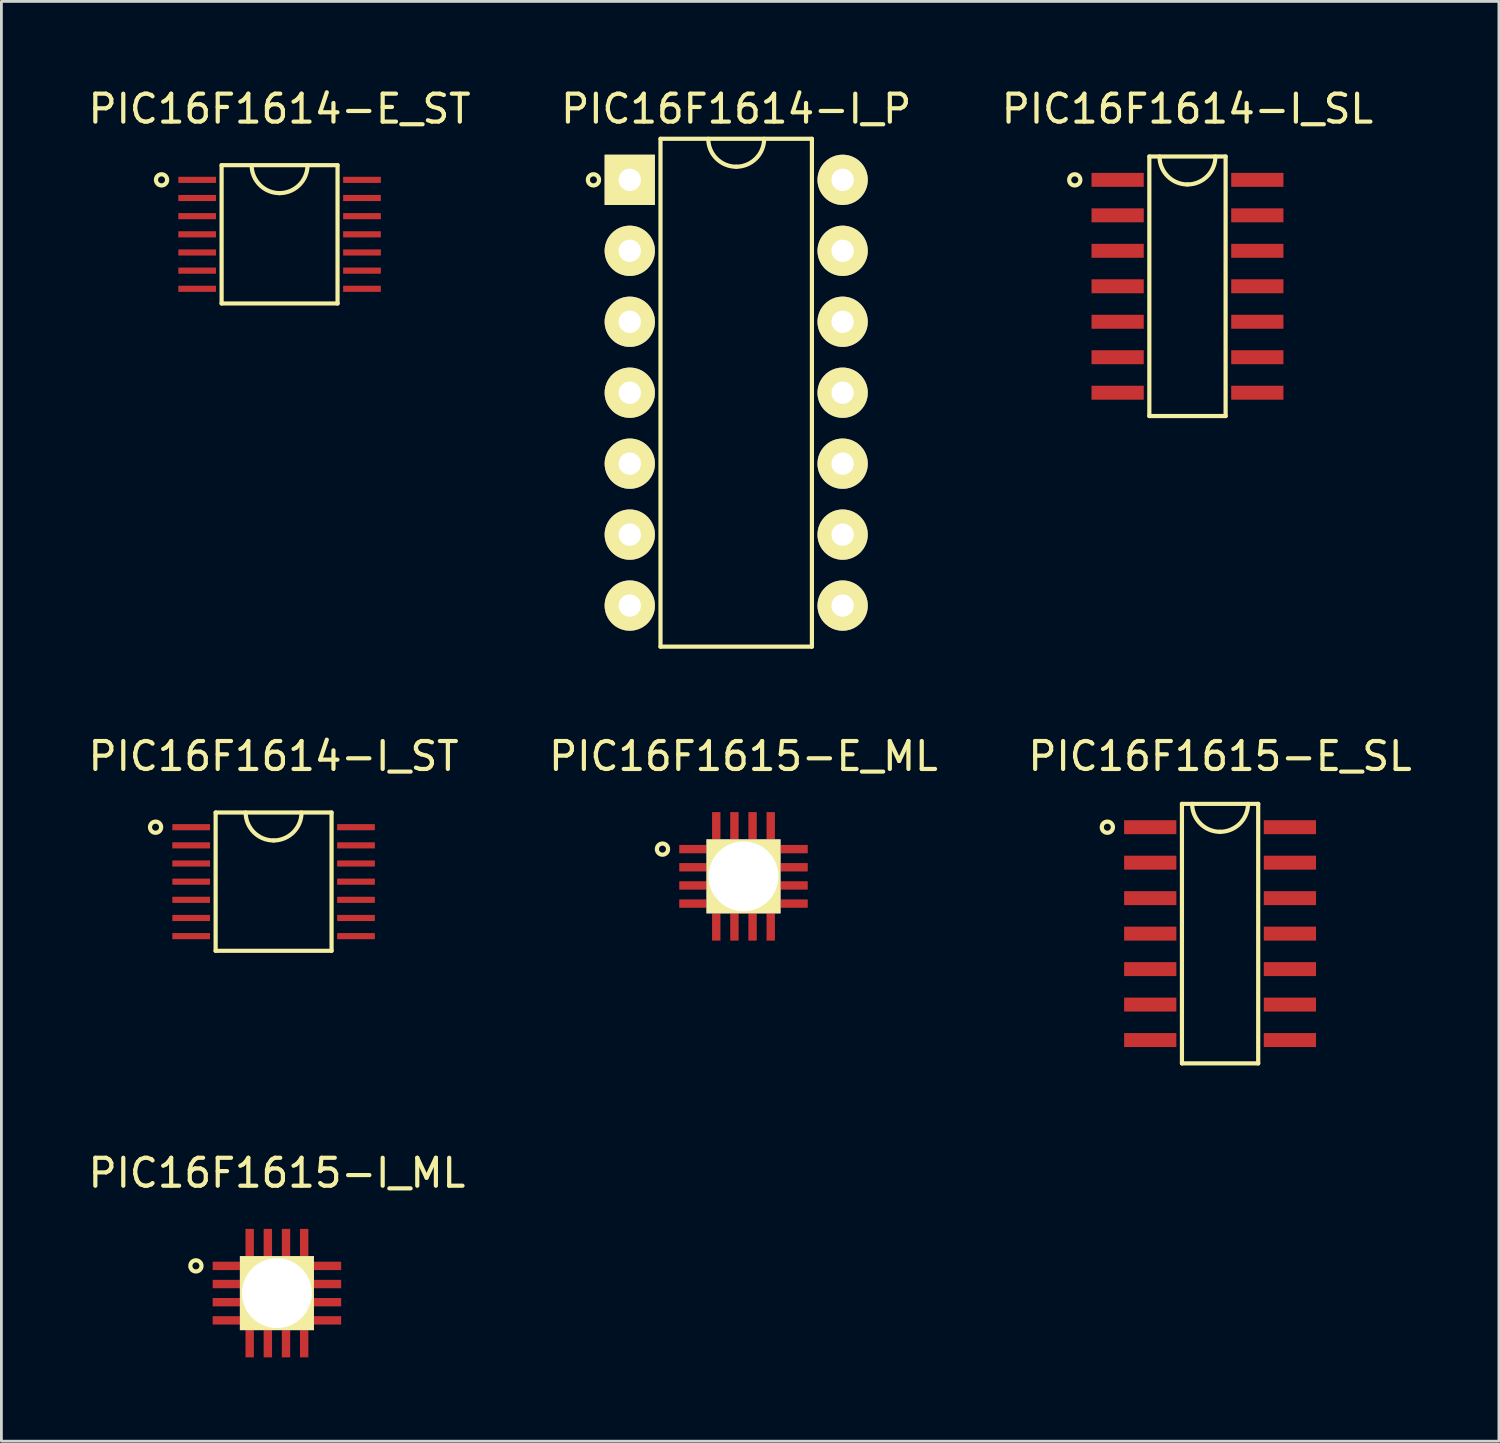
<source format=kicad_pcb>
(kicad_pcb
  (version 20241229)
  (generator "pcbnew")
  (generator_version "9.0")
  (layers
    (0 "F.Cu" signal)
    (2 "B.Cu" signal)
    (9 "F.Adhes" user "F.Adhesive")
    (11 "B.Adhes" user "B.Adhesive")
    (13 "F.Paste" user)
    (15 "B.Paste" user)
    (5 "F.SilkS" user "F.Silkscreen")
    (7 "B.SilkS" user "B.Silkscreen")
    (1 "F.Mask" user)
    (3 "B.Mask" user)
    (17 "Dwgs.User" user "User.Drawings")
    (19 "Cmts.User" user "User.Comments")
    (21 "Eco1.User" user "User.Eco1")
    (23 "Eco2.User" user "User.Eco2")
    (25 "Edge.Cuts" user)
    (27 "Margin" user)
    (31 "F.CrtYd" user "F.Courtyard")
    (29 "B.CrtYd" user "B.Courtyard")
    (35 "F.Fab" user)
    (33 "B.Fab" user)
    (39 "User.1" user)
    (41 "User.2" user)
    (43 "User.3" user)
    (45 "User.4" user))
  (footprint "PIC16F1615-I_ML"
    (layer "F.Cu")
    (at 5.063 41.44)
    (property "Reference" "PIC16F1615-I_ML" (at 1.8 -2.5 0) (layer "F.SilkS") (effects (font (size 1 1) (thickness 0.15))))
    (attr through_hole)
    (fp_line (start 0.7 0.7) (end 0.7 2.9) (stroke (width 0.15) (type solid)) (layer "F.SilkS"))
    (fp_line (start 0.7 0.7) (end 2.9 0.7) (stroke (width 0.15) (type solid)) (layer "F.SilkS"))
    (fp_line (start 0.7 2.9) (end 2.9 2.9) (stroke (width 0.15) (type solid)) (layer "F.SilkS"))
    (fp_line (start 2.9 2.9) (end 2.9 0.7) (stroke (width 0.15) (type solid)) (layer "F.SilkS"))
    (fp_circle (center -1.1 0.825) (end -1.1 0.625) (stroke (width 0.15) (type solid)) (fill no) (layer "F.SilkS"))
    (fp_circle (center 1.7 1.7) (end 1.7 1.2) (stroke (width 0.15) (type solid)) (fill no) (layer "F.SilkS"))
    (pad "1" smd rect (at 0 0.825) (size 1 0.3) (layers "F.Cu" "F.Mask" "F.Paste"))
    (pad "2" smd rect (at 0 1.475) (size 1 0.3) (layers "F.Cu" "F.Mask" "F.Paste"))
    (pad "3" smd rect (at 0 2.125) (size 1 0.3) (layers "F.Cu" "F.Mask" "F.Paste"))
    (pad "4" smd rect (at 0 2.775) (size 1 0.3) (layers "F.Cu" "F.Mask" "F.Paste"))
    (pad "5" smd rect (at 0.825 3.6) (size 0.3 1) (layers "F.Cu" "F.Mask" "F.Paste"))
    (pad "6" smd rect (at 1.475 3.6) (size 0.3 1) (layers "F.Cu" "F.Mask" "F.Paste"))
    (pad "7" smd rect (at 2.125 3.6) (size 0.3 1) (layers "F.Cu" "F.Mask" "F.Paste"))
    (pad "8" smd rect (at 2.775 3.6) (size 0.3 1) (layers "F.Cu" "F.Mask" "F.Paste"))
    (pad "9" smd rect (at 3.6 2.775) (size 1 0.3) (layers "F.Cu" "F.Mask" "F.Paste"))
    (pad "10" smd rect (at 3.6 2.125) (size 1 0.3) (layers "F.Cu" "F.Mask" "F.Paste"))
    (pad "11" smd rect (at 3.6 1.475) (size 1 0.3) (layers "F.Cu" "F.Mask" "F.Paste"))
    (pad "12" smd rect (at 3.6 0.825) (size 1 0.3) (layers "F.Cu" "F.Mask" "F.Paste"))
    (pad "13" smd rect (at 2.775 0) (size 0.3 1) (layers "F.Cu" "F.Mask" "F.Paste"))
    (pad "14" smd rect (at 2.125 0) (size 0.3 1) (layers "F.Cu" "F.Mask" "F.Paste"))
    (pad "15" smd rect (at 1.475 0) (size 0.3 1) (layers "F.Cu" "F.Mask" "F.Paste"))
    (pad "16" smd rect (at 0.825 0) (size 0.3 1) (layers "F.Cu" "F.Mask" "F.Paste"))
    (pad "999" thru_hole rect (at 1.8 1.8) (size 2.65 2.65) (drill 2.5) (layers "*.Cu" "*.Mask" "F.SilkS")))
  (footprint "PIC16F1614-I_ST"
    (layer "F.Cu")
    (at 3.794 26.561)
    (property "Reference" "PIC16F1614-I_ST" (at 2.95 -2.54 0) (layer "F.SilkS") (effects (font (size 1 1) (thickness 0.15))))
    (attr through_hole)
    (fp_line (start 0.875 -0.525) (end 5.025 -0.525) (stroke (width 0.15) (type solid)) (layer "F.SilkS"))
    (fp_line (start 0.875 4.425) (end 0.875 -0.525) (stroke (width 0.15) (type solid)) (layer "F.SilkS"))
    (fp_line (start 5.025 -0.525) (end 5.025 4.425) (stroke (width 0.15) (type solid)) (layer "F.SilkS"))
    (fp_line (start 5.025 4.425) (end 0.875 4.425) (stroke (width 0.15) (type solid)) (layer "F.SilkS"))
    (fp_arc (start 2.95 0.475) (mid 2.242893 0.182107) (end 1.95 -0.525) (stroke (width 0.15) (type solid)) (layer "F.SilkS"))
    (fp_arc (start 3.95 -0.525) (mid 3.657107 0.182107) (end 2.95 0.475) (stroke (width 0.15) (type solid)) (layer "F.SilkS"))
    (fp_circle (center -1.275 0) (end -1.275 0.2) (stroke (width 0.15) (type solid)) (fill no) (layer "F.SilkS"))
    (pad "1" smd rect (at 0 0) (size 1.35 0.22) (layers "F.Cu" "F.Mask" "F.Paste"))
    (pad "2" smd rect (at 0 0.65) (size 1.35 0.22) (layers "F.Cu" "F.Mask" "F.Paste"))
    (pad "3" smd rect (at 0 1.3) (size 1.35 0.22) (layers "F.Cu" "F.Mask" "F.Paste"))
    (pad "4" smd rect (at 0 1.95) (size 1.35 0.22) (layers "F.Cu" "F.Mask" "F.Paste"))
    (pad "5" smd rect (at 0 2.6) (size 1.35 0.22) (layers "F.Cu" "F.Mask" "F.Paste"))
    (pad "6" smd rect (at 0 3.25) (size 1.35 0.22) (layers "F.Cu" "F.Mask" "F.Paste"))
    (pad "7" smd rect (at 0 3.9) (size 1.35 0.22) (layers "F.Cu" "F.Mask" "F.Paste"))
    (pad "8" smd rect (at 5.9 3.9) (size 1.35 0.22) (layers "F.Cu" "F.Mask" "F.Paste"))
    (pad "9" smd rect (at 5.9 3.25) (size 1.35 0.22) (layers "F.Cu" "F.Mask" "F.Paste"))
    (pad "10" smd rect (at 5.9 2.6) (size 1.35 0.22) (layers "F.Cu" "F.Mask" "F.Paste"))
    (pad "11" smd rect (at 5.9 1.95) (size 1.35 0.22) (layers "F.Cu" "F.Mask" "F.Paste"))
    (pad "12" smd rect (at 5.9 1.3) (size 1.35 0.22) (layers "F.Cu" "F.Mask" "F.Paste"))
    (pad "13" smd rect (at 5.9 0.65) (size 1.35 0.22) (layers "F.Cu" "F.Mask" "F.Paste"))
    (pad "14" smd rect (at 5.9 0) (size 1.35 0.22) (layers "F.Cu" "F.Mask" "F.Paste")))
  (footprint "PIC16F1615-E_ML"
    (layer "F.Cu")
    (at 21.765 26.521)
    (property "Reference" "PIC16F1615-E_ML" (at 1.8 -2.5 0) (layer "F.SilkS") (effects (font (size 1 1) (thickness 0.15))))
    (attr through_hole)
    (fp_line (start 0.7 0.7) (end 0.7 2.9) (stroke (width 0.15) (type solid)) (layer "F.SilkS"))
    (fp_line (start 0.7 0.7) (end 2.9 0.7) (stroke (width 0.15) (type solid)) (layer "F.SilkS"))
    (fp_line (start 0.7 2.9) (end 2.9 2.9) (stroke (width 0.15) (type solid)) (layer "F.SilkS"))
    (fp_line (start 2.9 2.9) (end 2.9 0.7) (stroke (width 0.15) (type solid)) (layer "F.SilkS"))
    (fp_circle (center -1.1 0.825) (end -1.1 0.625) (stroke (width 0.15) (type solid)) (fill no) (layer "F.SilkS"))
    (fp_circle (center 1.7 1.7) (end 1.7 1.2) (stroke (width 0.15) (type solid)) (fill no) (layer "F.SilkS"))
    (pad "1" smd rect (at 0 0.825) (size 1 0.3) (layers "F.Cu" "F.Mask" "F.Paste"))
    (pad "2" smd rect (at 0 1.475) (size 1 0.3) (layers "F.Cu" "F.Mask" "F.Paste"))
    (pad "3" smd rect (at 0 2.125) (size 1 0.3) (layers "F.Cu" "F.Mask" "F.Paste"))
    (pad "4" smd rect (at 0 2.775) (size 1 0.3) (layers "F.Cu" "F.Mask" "F.Paste"))
    (pad "5" smd rect (at 0.825 3.6) (size 0.3 1) (layers "F.Cu" "F.Mask" "F.Paste"))
    (pad "6" smd rect (at 1.475 3.6) (size 0.3 1) (layers "F.Cu" "F.Mask" "F.Paste"))
    (pad "7" smd rect (at 2.125 3.6) (size 0.3 1) (layers "F.Cu" "F.Mask" "F.Paste"))
    (pad "8" smd rect (at 2.775 3.6) (size 0.3 1) (layers "F.Cu" "F.Mask" "F.Paste"))
    (pad "9" smd rect (at 3.6 2.775) (size 1 0.3) (layers "F.Cu" "F.Mask" "F.Paste"))
    (pad "10" smd rect (at 3.6 2.125) (size 1 0.3) (layers "F.Cu" "F.Mask" "F.Paste"))
    (pad "11" smd rect (at 3.6 1.475) (size 1 0.3) (layers "F.Cu" "F.Mask" "F.Paste"))
    (pad "12" smd rect (at 3.6 0.825) (size 1 0.3) (layers "F.Cu" "F.Mask" "F.Paste"))
    (pad "13" smd rect (at 2.775 0) (size 0.3 1) (layers "F.Cu" "F.Mask" "F.Paste"))
    (pad "14" smd rect (at 2.125 0) (size 0.3 1) (layers "F.Cu" "F.Mask" "F.Paste"))
    (pad "15" smd rect (at 1.475 0) (size 0.3 1) (layers "F.Cu" "F.Mask" "F.Paste"))
    (pad "16" smd rect (at 0.825 0) (size 0.3 1) (layers "F.Cu" "F.Mask" "F.Paste"))
    (pad "999" thru_hole rect (at 1.8 1.8) (size 2.65 2.65) (drill 2.5) (layers "*.Cu" "*.Mask" "F.SilkS")))
  (footprint "PIC16F1615-E_SL"
    (layer "F.Cu")
    (at 38.125 26.561)
    (property "Reference" "PIC16F1615-E_SL" (at 2.5 -2.54 0) (layer "F.SilkS") (effects (font (size 1 1) (thickness 0.15))))
    (attr through_hole)
    (fp_line (start 1.135 -0.835) (end 3.865 -0.835) (stroke (width 0.15) (type solid)) (layer "F.SilkS"))
    (fp_line (start 1.135 8.455) (end 1.135 -0.835) (stroke (width 0.15) (type solid)) (layer "F.SilkS"))
    (fp_line (start 3.865 -0.835) (end 3.865 8.455) (stroke (width 0.15) (type solid)) (layer "F.SilkS"))
    (fp_line (start 3.865 8.455) (end 1.135 8.455) (stroke (width 0.15) (type solid)) (layer "F.SilkS"))
    (fp_arc (start 2.5 0.165) (mid 1.792893 -0.127893) (end 1.5 -0.835) (stroke (width 0.15) (type solid)) (layer "F.SilkS"))
    (fp_arc (start 3.5 -0.835) (mid 3.207107 -0.127893) (end 2.5 0.165) (stroke (width 0.15) (type solid)) (layer "F.SilkS"))
    (fp_circle (center -1.535 0) (end -1.535 0.2) (stroke (width 0.15) (type solid)) (fill no) (layer "F.SilkS"))
    (pad "1" smd rect (at 0 0) (size 1.87 0.5) (layers "F.Cu" "F.Mask" "F.Paste"))
    (pad "2" smd rect (at 0 1.27) (size 1.87 0.5) (layers "F.Cu" "F.Mask" "F.Paste"))
    (pad "3" smd rect (at 0 2.54) (size 1.87 0.5) (layers "F.Cu" "F.Mask" "F.Paste"))
    (pad "4" smd rect (at 0 3.81) (size 1.87 0.5) (layers "F.Cu" "F.Mask" "F.Paste"))
    (pad "5" smd rect (at 0 5.08) (size 1.87 0.5) (layers "F.Cu" "F.Mask" "F.Paste"))
    (pad "6" smd rect (at 0 6.35) (size 1.87 0.5) (layers "F.Cu" "F.Mask" "F.Paste"))
    (pad "7" smd rect (at 0 7.62) (size 1.87 0.5) (layers "F.Cu" "F.Mask" "F.Paste"))
    (pad "8" smd rect (at 5 7.62) (size 1.87 0.5) (layers "F.Cu" "F.Mask" "F.Paste"))
    (pad "9" smd rect (at 5 6.35) (size 1.87 0.5) (layers "F.Cu" "F.Mask" "F.Paste"))
    (pad "10" smd rect (at 5 5.08) (size 1.87 0.5) (layers "F.Cu" "F.Mask" "F.Paste"))
    (pad "11" smd rect (at 5 3.81) (size 1.87 0.5) (layers "F.Cu" "F.Mask" "F.Paste"))
    (pad "12" smd rect (at 5 2.54) (size 1.87 0.5) (layers "F.Cu" "F.Mask" "F.Paste"))
    (pad "13" smd rect (at 5 1.27) (size 1.87 0.5) (layers "F.Cu" "F.Mask" "F.Paste"))
    (pad "14" smd rect (at 5 0) (size 1.87 0.5) (layers "F.Cu" "F.Mask" "F.Paste")))
  (footprint "PIC16F1614-I_P"
    (layer "F.Cu")
    (at 19.494 3.388)
    (property "Reference" "PIC16F1614-I_P" (at 3.81 -2.54 0) (layer "F.SilkS") (effects (font (size 1 1) (thickness 0.15))))
    (attr through_hole)
    (fp_line (start 1.1 -1.47) (end 6.52 -1.47) (stroke (width 0.15) (type solid)) (layer "F.SilkS"))
    (fp_line (start 1.1 16.71) (end 1.1 -1.47) (stroke (width 0.15) (type solid)) (layer "F.SilkS"))
    (fp_line (start 6.52 -1.47) (end 6.52 16.71) (stroke (width 0.15) (type solid)) (layer "F.SilkS"))
    (fp_line (start 6.52 16.71) (end 1.1 16.71) (stroke (width 0.15) (type solid)) (layer "F.SilkS"))
    (fp_arc (start 3.81 -0.47) (mid 3.102893 -0.762893) (end 2.81 -1.47) (stroke (width 0.15) (type solid)) (layer "F.SilkS"))
    (fp_arc (start 4.81 -1.47) (mid 4.517107 -0.762893) (end 3.81 -0.47) (stroke (width 0.15) (type solid)) (layer "F.SilkS"))
    (fp_circle (center -1.3 0) (end -1.3 0.2) (stroke (width 0.15) (type solid)) (fill no) (layer "F.SilkS"))
    (pad "1" thru_hole rect (at 0 0) (size 1.8 1.8) (drill 0.8) (layers "*.Cu" "*.Mask" "F.SilkS"))
    (pad "2" thru_hole circle (at 0 2.54) (size 1.8 1.8) (drill 0.8) (layers "*.Cu" "*.Mask" "F.SilkS"))
    (pad "3" thru_hole circle (at 0 5.08) (size 1.8 1.8) (drill 0.8) (layers "*.Cu" "*.Mask" "F.SilkS"))
    (pad "4" thru_hole circle (at 0 7.62) (size 1.8 1.8) (drill 0.8) (layers "*.Cu" "*.Mask" "F.SilkS"))
    (pad "5" thru_hole circle (at 0 10.16) (size 1.8 1.8) (drill 0.8) (layers "*.Cu" "*.Mask" "F.SilkS"))
    (pad "6" thru_hole circle (at 0 12.7) (size 1.8 1.8) (drill 0.8) (layers "*.Cu" "*.Mask" "F.SilkS"))
    (pad "7" thru_hole circle (at 0 15.24) (size 1.8 1.8) (drill 0.8) (layers "*.Cu" "*.Mask" "F.SilkS"))
    (pad "8" thru_hole circle (at 7.62 15.24) (size 1.8 1.8) (drill 0.8) (layers "*.Cu" "*.Mask" "F.SilkS"))
    (pad "9" thru_hole circle (at 7.62 12.7) (size 1.8 1.8) (drill 0.8) (layers "*.Cu" "*.Mask" "F.SilkS"))
    (pad "10" thru_hole circle (at 7.62 10.16) (size 1.8 1.8) (drill 0.8) (layers "*.Cu" "*.Mask" "F.SilkS"))
    (pad "11" thru_hole circle (at 7.62 7.62) (size 1.8 1.8) (drill 0.8) (layers "*.Cu" "*.Mask" "F.SilkS"))
    (pad "12" thru_hole circle (at 7.62 5.08) (size 1.8 1.8) (drill 0.8) (layers "*.Cu" "*.Mask" "F.SilkS"))
    (pad "13" thru_hole circle (at 7.62 2.54) (size 1.8 1.8) (drill 0.8) (layers "*.Cu" "*.Mask" "F.SilkS"))
    (pad "14" thru_hole circle (at 7.62 0) (size 1.8 1.8) (drill 0.8) (layers "*.Cu" "*.Mask" "F.SilkS")))
  (footprint "PIC16F1614-I_SL"
    (layer "F.Cu")
    (at 36.958 3.388)
    (property "Reference" "PIC16F1614-I_SL" (at 2.5 -2.54 0) (layer "F.SilkS") (effects (font (size 1 1) (thickness 0.15))))
    (attr through_hole)
    (fp_line (start 1.135 -0.835) (end 3.865 -0.835) (stroke (width 0.15) (type solid)) (layer "F.SilkS"))
    (fp_line (start 1.135 8.455) (end 1.135 -0.835) (stroke (width 0.15) (type solid)) (layer "F.SilkS"))
    (fp_line (start 3.865 -0.835) (end 3.865 8.455) (stroke (width 0.15) (type solid)) (layer "F.SilkS"))
    (fp_line (start 3.865 8.455) (end 1.135 8.455) (stroke (width 0.15) (type solid)) (layer "F.SilkS"))
    (fp_arc (start 2.5 0.165) (mid 1.792893 -0.127893) (end 1.5 -0.835) (stroke (width 0.15) (type solid)) (layer "F.SilkS"))
    (fp_arc (start 3.5 -0.835) (mid 3.207107 -0.127893) (end 2.5 0.165) (stroke (width 0.15) (type solid)) (layer "F.SilkS"))
    (fp_circle (center -1.535 0) (end -1.535 0.2) (stroke (width 0.15) (type solid)) (fill no) (layer "F.SilkS"))
    (pad "1" smd rect (at 0 0) (size 1.87 0.5) (layers "F.Cu" "F.Mask" "F.Paste"))
    (pad "2" smd rect (at 0 1.27) (size 1.87 0.5) (layers "F.Cu" "F.Mask" "F.Paste"))
    (pad "3" smd rect (at 0 2.54) (size 1.87 0.5) (layers "F.Cu" "F.Mask" "F.Paste"))
    (pad "4" smd rect (at 0 3.81) (size 1.87 0.5) (layers "F.Cu" "F.Mask" "F.Paste"))
    (pad "5" smd rect (at 0 5.08) (size 1.87 0.5) (layers "F.Cu" "F.Mask" "F.Paste"))
    (pad "6" smd rect (at 0 6.35) (size 1.87 0.5) (layers "F.Cu" "F.Mask" "F.Paste"))
    (pad "7" smd rect (at 0 7.62) (size 1.87 0.5) (layers "F.Cu" "F.Mask" "F.Paste"))
    (pad "8" smd rect (at 5 7.62) (size 1.87 0.5) (layers "F.Cu" "F.Mask" "F.Paste"))
    (pad "9" smd rect (at 5 6.35) (size 1.87 0.5) (layers "F.Cu" "F.Mask" "F.Paste"))
    (pad "10" smd rect (at 5 5.08) (size 1.87 0.5) (layers "F.Cu" "F.Mask" "F.Paste"))
    (pad "11" smd rect (at 5 3.81) (size 1.87 0.5) (layers "F.Cu" "F.Mask" "F.Paste"))
    (pad "12" smd rect (at 5 2.54) (size 1.87 0.5) (layers "F.Cu" "F.Mask" "F.Paste"))
    (pad "13" smd rect (at 5 1.27) (size 1.87 0.5) (layers "F.Cu" "F.Mask" "F.Paste"))
    (pad "14" smd rect (at 5 0) (size 1.87 0.5) (layers "F.Cu" "F.Mask" "F.Paste")))
  (footprint "PIC16F1614-E_ST"
    (layer "F.Cu")
    (at 4.008 3.388)
    (property "Reference" "PIC16F1614-E_ST" (at 2.95 -2.54 0) (layer "F.SilkS") (effects (font (size 1 1) (thickness 0.15))))
    (attr through_hole)
    (fp_line (start 0.875 -0.525) (end 5.025 -0.525) (stroke (width 0.15) (type solid)) (layer "F.SilkS"))
    (fp_line (start 0.875 4.425) (end 0.875 -0.525) (stroke (width 0.15) (type solid)) (layer "F.SilkS"))
    (fp_line (start 5.025 -0.525) (end 5.025 4.425) (stroke (width 0.15) (type solid)) (layer "F.SilkS"))
    (fp_line (start 5.025 4.425) (end 0.875 4.425) (stroke (width 0.15) (type solid)) (layer "F.SilkS"))
    (fp_arc (start 2.95 0.475) (mid 2.242893 0.182107) (end 1.95 -0.525) (stroke (width 0.15) (type solid)) (layer "F.SilkS"))
    (fp_arc (start 3.95 -0.525) (mid 3.657107 0.182107) (end 2.95 0.475) (stroke (width 0.15) (type solid)) (layer "F.SilkS"))
    (fp_circle (center -1.275 0) (end -1.275 0.2) (stroke (width 0.15) (type solid)) (fill no) (layer "F.SilkS"))
    (pad "1" smd rect (at 0 0) (size 1.35 0.22) (layers "F.Cu" "F.Mask" "F.Paste"))
    (pad "2" smd rect (at 0 0.65) (size 1.35 0.22) (layers "F.Cu" "F.Mask" "F.Paste"))
    (pad "3" smd rect (at 0 1.3) (size 1.35 0.22) (layers "F.Cu" "F.Mask" "F.Paste"))
    (pad "4" smd rect (at 0 1.95) (size 1.35 0.22) (layers "F.Cu" "F.Mask" "F.Paste"))
    (pad "5" smd rect (at 0 2.6) (size 1.35 0.22) (layers "F.Cu" "F.Mask" "F.Paste"))
    (pad "6" smd rect (at 0 3.25) (size 1.35 0.22) (layers "F.Cu" "F.Mask" "F.Paste"))
    (pad "7" smd rect (at 0 3.9) (size 1.35 0.22) (layers "F.Cu" "F.Mask" "F.Paste"))
    (pad "8" smd rect (at 5.9 3.9) (size 1.35 0.22) (layers "F.Cu" "F.Mask" "F.Paste"))
    (pad "9" smd rect (at 5.9 3.25) (size 1.35 0.22) (layers "F.Cu" "F.Mask" "F.Paste"))
    (pad "10" smd rect (at 5.9 2.6) (size 1.35 0.22) (layers "F.Cu" "F.Mask" "F.Paste"))
    (pad "11" smd rect (at 5.9 1.95) (size 1.35 0.22) (layers "F.Cu" "F.Mask" "F.Paste"))
    (pad "12" smd rect (at 5.9 1.3) (size 1.35 0.22) (layers "F.Cu" "F.Mask" "F.Paste"))
    (pad "13" smd rect (at 5.9 0.65) (size 1.35 0.22) (layers "F.Cu" "F.Mask" "F.Paste"))
    (pad "14" smd rect (at 5.9 0) (size 1.35 0.22) (layers "F.Cu" "F.Mask" "F.Paste")))
  (gr_rect
    (start -3 -3)
    (end 50.607 48.54)
    (stroke (width 0.1) (type default))
    (fill no)
    (layer "Edge.Cuts")))
</source>
